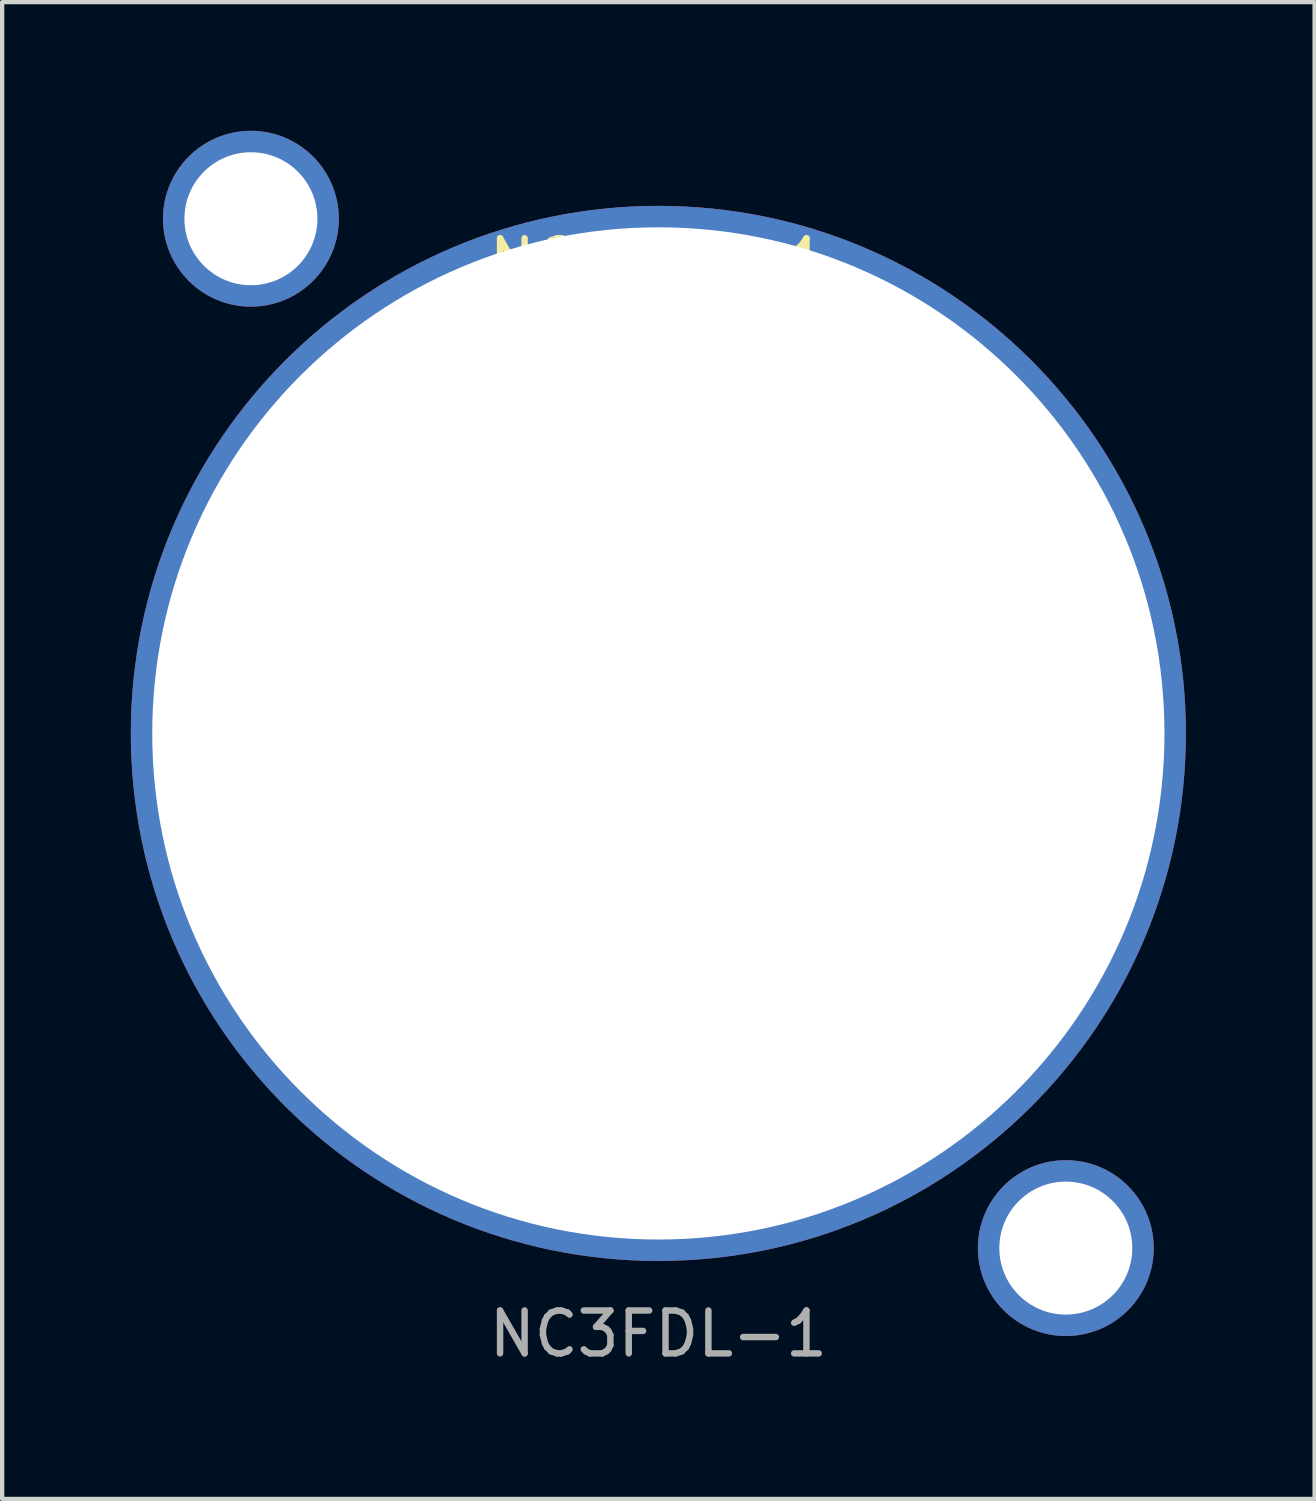
<source format=kicad_pcb>
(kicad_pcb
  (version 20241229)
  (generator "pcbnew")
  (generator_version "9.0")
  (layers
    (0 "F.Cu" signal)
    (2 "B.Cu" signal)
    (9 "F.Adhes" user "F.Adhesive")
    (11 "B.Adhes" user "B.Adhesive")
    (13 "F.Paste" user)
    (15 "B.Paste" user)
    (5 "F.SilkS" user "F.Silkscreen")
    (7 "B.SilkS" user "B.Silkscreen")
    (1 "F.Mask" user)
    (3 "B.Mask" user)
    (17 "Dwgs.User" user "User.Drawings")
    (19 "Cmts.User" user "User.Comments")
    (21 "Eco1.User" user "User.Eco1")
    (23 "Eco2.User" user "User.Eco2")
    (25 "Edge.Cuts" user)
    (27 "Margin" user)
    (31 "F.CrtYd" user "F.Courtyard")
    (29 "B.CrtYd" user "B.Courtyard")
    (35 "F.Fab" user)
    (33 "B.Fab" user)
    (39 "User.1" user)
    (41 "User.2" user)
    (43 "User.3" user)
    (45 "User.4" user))
  (footprint "NC3FDL-1"
    (layer "F.Cu")
    (at 12.3 14.05)
    (property "Reference" "NC3FDL-1" (at 0 -11 0) (unlocked yes) (layer "F.SilkS") (effects (font (size 1 1) (thickness 0.15))))
    (fp_text user "${REFERENCE}" (at 0 14 0) (unlocked yes) (layer "F.Fab") (effects (font (size 1 1) (thickness 0.15))))
    (pad "1" thru_hole circle (at -9.5 -12) (size 4.1 4.1) (drill 3.1) (layers "*.Cu" "*.Mask"))
    (pad "1" thru_hole circle (at 0 0) (size 24.6 24.6) (drill 23.6) (layers "*.Cu" "*.Mask"))
    (pad "1" thru_hole circle (at 9.5 12) (size 4.1 4.1) (drill 3.1) (layers "*.Cu" "*.Mask")))
  (gr_rect
    (start -3 -3)
    (end 27.6 31.898)
    (stroke (width 0.1) (type default))
    (fill no)
    (layer "Edge.Cuts")))
</source>
